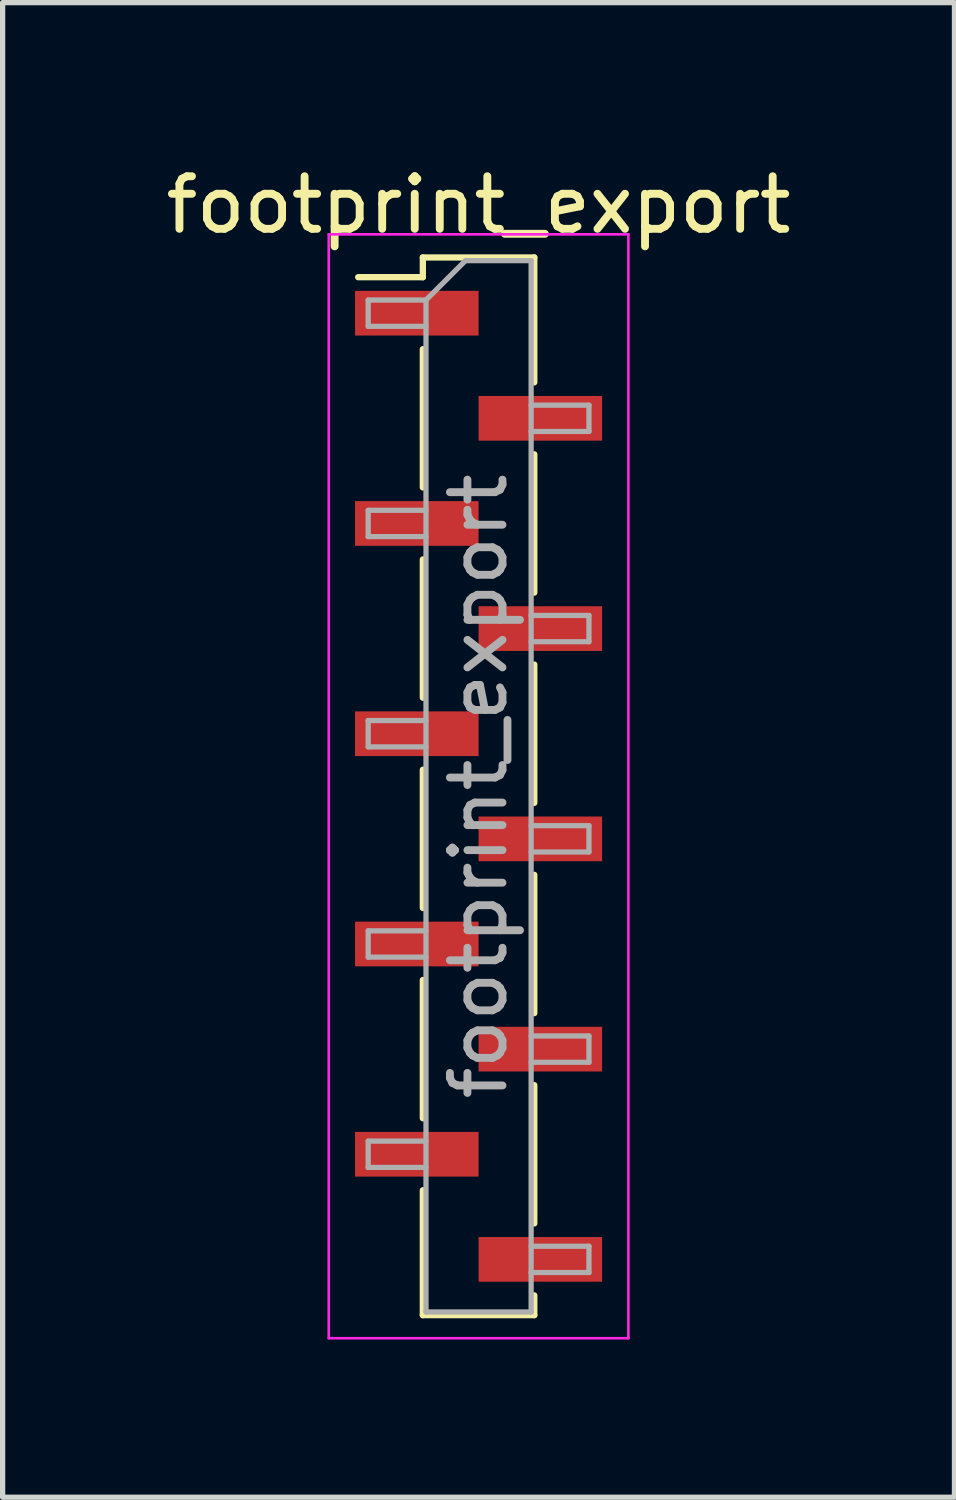
<source format=kicad_pcb>
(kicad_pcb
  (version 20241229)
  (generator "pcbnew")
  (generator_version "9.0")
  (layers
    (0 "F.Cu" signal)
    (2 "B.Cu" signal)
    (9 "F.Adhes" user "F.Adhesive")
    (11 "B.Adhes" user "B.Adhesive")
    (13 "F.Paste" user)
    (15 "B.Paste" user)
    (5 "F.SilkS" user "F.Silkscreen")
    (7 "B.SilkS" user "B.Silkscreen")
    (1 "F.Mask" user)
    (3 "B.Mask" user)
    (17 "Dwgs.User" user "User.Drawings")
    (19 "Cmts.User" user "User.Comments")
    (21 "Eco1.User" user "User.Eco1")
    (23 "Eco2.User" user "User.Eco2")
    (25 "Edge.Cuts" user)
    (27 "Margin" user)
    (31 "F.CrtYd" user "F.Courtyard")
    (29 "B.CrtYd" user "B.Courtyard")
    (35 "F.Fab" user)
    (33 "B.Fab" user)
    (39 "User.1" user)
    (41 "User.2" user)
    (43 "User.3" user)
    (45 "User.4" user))
  (footprint "footprint_export"
    (layer "F.Cu")
    (at 6.054 11.908)
    (property "Reference" "footprint_export" (at 0 -11.06 0) (layer "F.SilkS") (effects (font (size 1 1) (thickness 0.15))))
    (attr smd)
    (fp_line (start -1.06 -10.06) (end -1.06 -9.685) (stroke (width 0.12) (type solid)) (layer "F.SilkS"))
    (fp_line (start -1.06 -10.06) (end 1.06 -10.06) (stroke (width 0.12) (type solid)) (layer "F.SilkS"))
    (fp_line (start -1.06 -9.685) (end -2.29 -9.685) (stroke (width 0.12) (type solid)) (layer "F.SilkS"))
    (fp_line (start -1.06 -8.315) (end -1.06 -5.685) (stroke (width 0.12) (type solid)) (layer "F.SilkS"))
    (fp_line (start -1.06 -4.315) (end -1.06 -1.685) (stroke (width 0.12) (type solid)) (layer "F.SilkS"))
    (fp_line (start -1.06 -0.315) (end -1.06 2.315) (stroke (width 0.12) (type solid)) (layer "F.SilkS"))
    (fp_line (start -1.06 3.685) (end -1.06 6.315) (stroke (width 0.12) (type solid)) (layer "F.SilkS"))
    (fp_line (start -1.06 7.685) (end -1.06 10.06) (stroke (width 0.12) (type solid)) (layer "F.SilkS"))
    (fp_line (start -1.06 10.06) (end 1.06 10.06) (stroke (width 0.12) (type solid)) (layer "F.SilkS"))
    (fp_line (start 1.06 -10.06) (end 1.06 -7.685) (stroke (width 0.12) (type solid)) (layer "F.SilkS"))
    (fp_line (start 1.06 -6.315) (end 1.06 -3.685) (stroke (width 0.12) (type solid)) (layer "F.SilkS"))
    (fp_line (start 1.06 -2.315) (end 1.06 0.315) (stroke (width 0.12) (type solid)) (layer "F.SilkS"))
    (fp_line (start 1.06 1.685) (end 1.06 4.315) (stroke (width 0.12) (type solid)) (layer "F.SilkS"))
    (fp_line (start 1.06 5.685) (end 1.06 8.315) (stroke (width 0.12) (type solid)) (layer "F.SilkS"))
    (fp_line (start 1.06 9.685) (end 1.06 10.06) (stroke (width 0.12) (type solid)) (layer "F.SilkS"))
    (fp_line (start -2.85 -10.5) (end -2.85 10.5) (stroke (width 0.05) (type solid)) (layer "F.CrtYd"))
    (fp_line (start -2.85 10.5) (end 2.85 10.5) (stroke (width 0.05) (type solid)) (layer "F.CrtYd"))
    (fp_line (start 2.85 -10.5) (end -2.85 -10.5) (stroke (width 0.05) (type solid)) (layer "F.CrtYd"))
    (fp_line (start 2.85 10.5) (end 2.85 -10.5) (stroke (width 0.05) (type solid)) (layer "F.CrtYd"))
    (fp_line (start -2.1 -9.25) (end -2.1 -8.75) (stroke (width 0.1) (type solid)) (layer "F.Fab"))
    (fp_line (start -2.1 -8.75) (end -1 -8.75) (stroke (width 0.1) (type solid)) (layer "F.Fab"))
    (fp_line (start -2.1 -5.25) (end -2.1 -4.75) (stroke (width 0.1) (type solid)) (layer "F.Fab"))
    (fp_line (start -2.1 -4.75) (end -1 -4.75) (stroke (width 0.1) (type solid)) (layer "F.Fab"))
    (fp_line (start -2.1 -1.25) (end -2.1 -0.75) (stroke (width 0.1) (type solid)) (layer "F.Fab"))
    (fp_line (start -2.1 -0.75) (end -1 -0.75) (stroke (width 0.1) (type solid)) (layer "F.Fab"))
    (fp_line (start -2.1 2.75) (end -2.1 3.25) (stroke (width 0.1) (type solid)) (layer "F.Fab"))
    (fp_line (start -2.1 3.25) (end -1 3.25) (stroke (width 0.1) (type solid)) (layer "F.Fab"))
    (fp_line (start -2.1 6.75) (end -2.1 7.25) (stroke (width 0.1) (type solid)) (layer "F.Fab"))
    (fp_line (start -2.1 7.25) (end -1 7.25) (stroke (width 0.1) (type solid)) (layer "F.Fab"))
    (fp_line (start -1 -9.25) (end -2.1 -9.25) (stroke (width 0.1) (type solid)) (layer "F.Fab"))
    (fp_line (start -1 -9.25) (end -0.25 -10) (stroke (width 0.1) (type solid)) (layer "F.Fab"))
    (fp_line (start -1 -5.25) (end -2.1 -5.25) (stroke (width 0.1) (type solid)) (layer "F.Fab"))
    (fp_line (start -1 -1.25) (end -2.1 -1.25) (stroke (width 0.1) (type solid)) (layer "F.Fab"))
    (fp_line (start -1 2.75) (end -2.1 2.75) (stroke (width 0.1) (type solid)) (layer "F.Fab"))
    (fp_line (start -1 6.75) (end -2.1 6.75) (stroke (width 0.1) (type solid)) (layer "F.Fab"))
    (fp_line (start -1 10) (end -1 -9.25) (stroke (width 0.1) (type solid)) (layer "F.Fab"))
    (fp_line (start -0.25 -10) (end 1 -10) (stroke (width 0.1) (type solid)) (layer "F.Fab"))
    (fp_line (start 1 -10) (end 1 10) (stroke (width 0.1) (type solid)) (layer "F.Fab"))
    (fp_line (start 1 -7.25) (end 2.1 -7.25) (stroke (width 0.1) (type solid)) (layer "F.Fab"))
    (fp_line (start 1 -3.25) (end 2.1 -3.25) (stroke (width 0.1) (type solid)) (layer "F.Fab"))
    (fp_line (start 1 0.75) (end 2.1 0.75) (stroke (width 0.1) (type solid)) (layer "F.Fab"))
    (fp_line (start 1 4.75) (end 2.1 4.75) (stroke (width 0.1) (type solid)) (layer "F.Fab"))
    (fp_line (start 1 8.75) (end 2.1 8.75) (stroke (width 0.1) (type solid)) (layer "F.Fab"))
    (fp_line (start 1 10) (end -1 10) (stroke (width 0.1) (type solid)) (layer "F.Fab"))
    (fp_line (start 2.1 -7.25) (end 2.1 -6.75) (stroke (width 0.1) (type solid)) (layer "F.Fab"))
    (fp_line (start 2.1 -6.75) (end 1 -6.75) (stroke (width 0.1) (type solid)) (layer "F.Fab"))
    (fp_line (start 2.1 -3.25) (end 2.1 -2.75) (stroke (width 0.1) (type solid)) (layer "F.Fab"))
    (fp_line (start 2.1 -2.75) (end 1 -2.75) (stroke (width 0.1) (type solid)) (layer "F.Fab"))
    (fp_line (start 2.1 0.75) (end 2.1 1.25) (stroke (width 0.1) (type solid)) (layer "F.Fab"))
    (fp_line (start 2.1 1.25) (end 1 1.25) (stroke (width 0.1) (type solid)) (layer "F.Fab"))
    (fp_line (start 2.1 4.75) (end 2.1 5.25) (stroke (width 0.1) (type solid)) (layer "F.Fab"))
    (fp_line (start 2.1 5.25) (end 1 5.25) (stroke (width 0.1) (type solid)) (layer "F.Fab"))
    (fp_line (start 2.1 8.75) (end 2.1 9.25) (stroke (width 0.1) (type solid)) (layer "F.Fab"))
    (fp_line (start 2.1 9.25) (end 1 9.25) (stroke (width 0.1) (type solid)) (layer "F.Fab"))
    (fp_text user "${REFERENCE}" (at 0 0 90) (layer "F.Fab") (effects (font (size 1 1) (thickness 0.15))))
    (pad "1" smd rect (at -1.175 -9) (size 2.35 0.85) (layers "F.Cu" "F.Mask" "F.Paste"))
    (pad "2" smd rect (at 1.175 -7) (size 2.35 0.85) (layers "F.Cu" "F.Mask" "F.Paste"))
    (pad "3" smd rect (at -1.175 -5) (size 2.35 0.85) (layers "F.Cu" "F.Mask" "F.Paste"))
    (pad "4" smd rect (at 1.175 -3) (size 2.35 0.85) (layers "F.Cu" "F.Mask" "F.Paste"))
    (pad "5" smd rect (at -1.175 -1) (size 2.35 0.85) (layers "F.Cu" "F.Mask" "F.Paste"))
    (pad "6" smd rect (at 1.175 1) (size 2.35 0.85) (layers "F.Cu" "F.Mask" "F.Paste"))
    (pad "7" smd rect (at -1.175 3) (size 2.35 0.85) (layers "F.Cu" "F.Mask" "F.Paste"))
    (pad "8" smd rect (at 1.175 5) (size 2.35 0.85) (layers "F.Cu" "F.Mask" "F.Paste"))
    (pad "9" smd rect (at -1.175 7) (size 2.35 0.85) (layers "F.Cu" "F.Mask" "F.Paste"))
    (pad "10" smd rect (at 1.175 9) (size 2.35 0.85) (layers "F.Cu" "F.Mask" "F.Paste")))
  (gr_rect
    (start -3 -3)
    (end 15.107 25.433)
    (stroke (width 0.1) (type default))
    (fill no)
    (layer "Edge.Cuts")))
</source>
